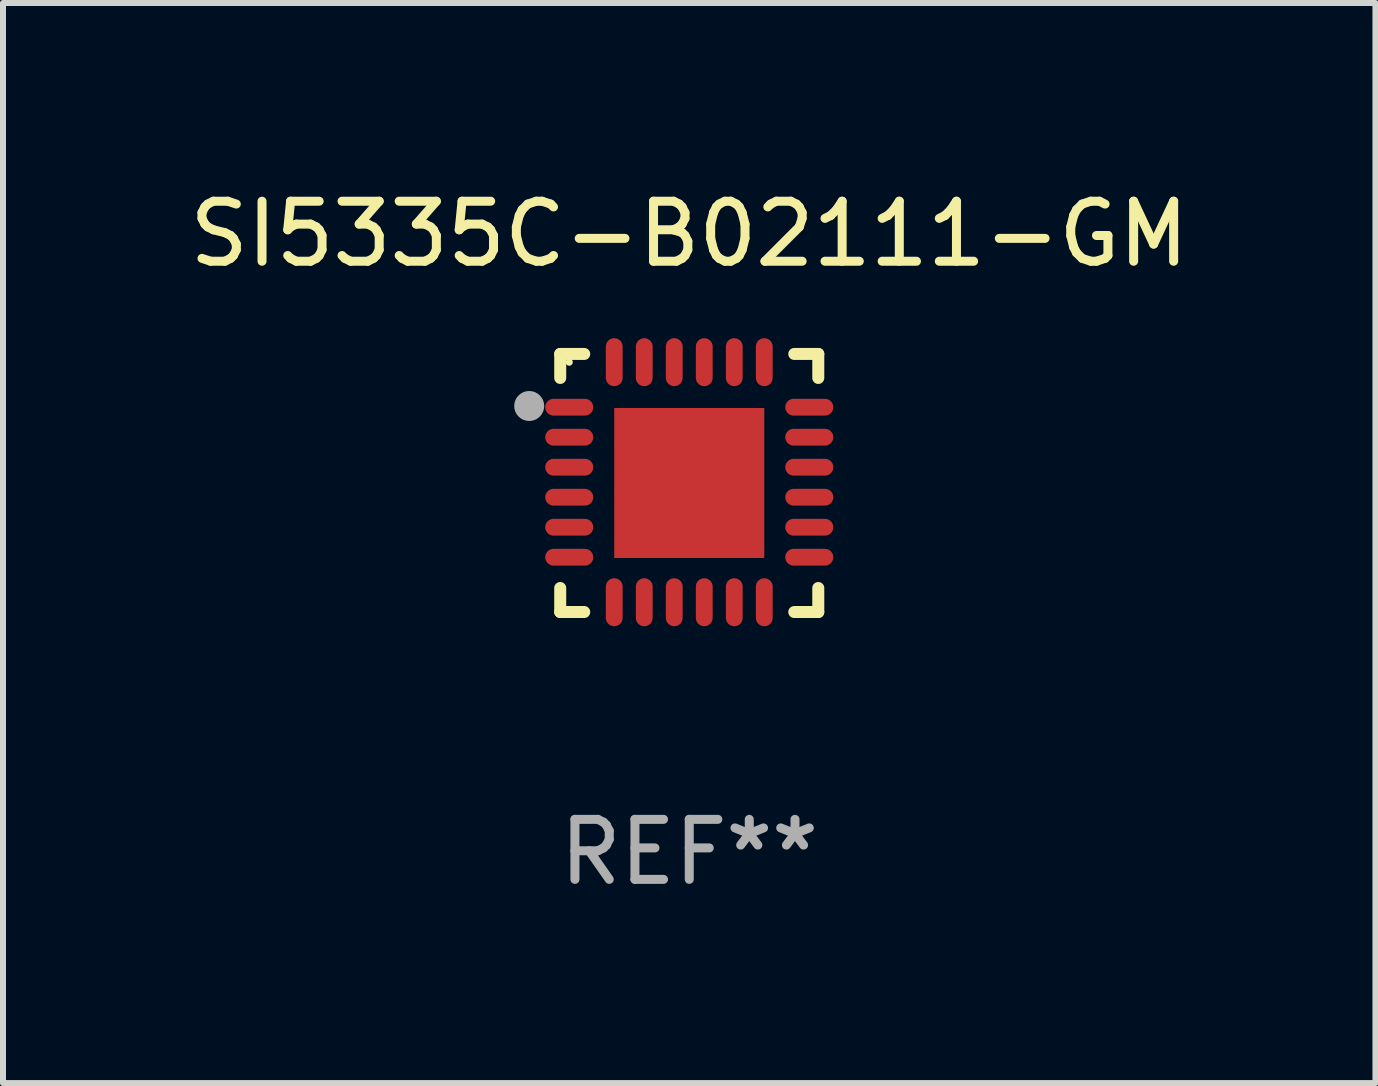
<source format=kicad_pcb>
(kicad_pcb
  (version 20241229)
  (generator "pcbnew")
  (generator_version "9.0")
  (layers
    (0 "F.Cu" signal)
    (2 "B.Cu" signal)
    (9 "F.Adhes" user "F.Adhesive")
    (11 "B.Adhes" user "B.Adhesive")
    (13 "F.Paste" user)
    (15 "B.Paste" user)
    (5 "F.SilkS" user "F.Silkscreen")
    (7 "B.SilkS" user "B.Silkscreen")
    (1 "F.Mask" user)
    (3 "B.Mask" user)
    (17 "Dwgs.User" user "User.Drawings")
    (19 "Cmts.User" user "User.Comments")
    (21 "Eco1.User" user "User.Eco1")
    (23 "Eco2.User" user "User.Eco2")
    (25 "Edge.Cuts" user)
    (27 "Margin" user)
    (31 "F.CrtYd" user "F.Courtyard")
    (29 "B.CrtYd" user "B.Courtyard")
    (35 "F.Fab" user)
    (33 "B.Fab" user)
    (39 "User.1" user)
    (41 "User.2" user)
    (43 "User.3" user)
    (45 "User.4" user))
  (footprint "SI5335C-B02111-GM"
    (layer "F.Cu")
    (at 8.435 4.998)
    (property "Reference" "SI5335C-B02111-GM" (at 0 -4.15 0) (layer "F.SilkS") (effects (font (size 1 1) (thickness 0.15))))
    (attr through_hole)
    (fp_line (start -2.15 -2.15) (end -1.75 -2.15) (stroke (width 0.2) (type solid)) (layer "F.SilkS"))
    (fp_line (start -2.15 -1.75) (end -2.15 -2.15) (stroke (width 0.2) (type solid)) (layer "F.SilkS"))
    (fp_line (start -2.15 2.15) (end -2.15 1.75) (stroke (width 0.2) (type solid)) (layer "F.SilkS"))
    (fp_line (start -1.75 2.15) (end -2.15 2.15) (stroke (width 0.2) (type solid)) (layer "F.SilkS"))
    (fp_line (start 1.75 -2.15) (end 2.15 -2.15) (stroke (width 0.2) (type solid)) (layer "F.SilkS"))
    (fp_line (start 1.75 2.15) (end 2.15 2.15) (stroke (width 0.2) (type solid)) (layer "F.SilkS"))
    (fp_line (start 2.15 -2.15) (end 2.15 -1.75) (stroke (width 0.2) (type solid)) (layer "F.SilkS"))
    (fp_line (start 2.15 2.15) (end 2.15 1.75) (stroke (width 0.2) (type solid)) (layer "F.SilkS"))
    (fp_circle (center -2 -2.013) (end -1.97 -2.013) (stroke (width 0.06) (type solid)) (fill no) (layer "F.SilkS"))
    (fp_circle (center -2.667 -1.283) (end -2.542 -1.283) (stroke (width 0.25) (type solid)) (fill no) (layer "F.Fab"))
    (fp_text user "REF**" (at 0 6.15 0) (layer "F.Fab") (effects (font (size 1 1) (thickness 0.15))))
    (pad "1" smd oval (at -2 -1.263) (size 0.8 0.28) (layers "F.Cu" "F.Mask" "F.Paste"))
    (pad "2" smd oval (at -2 -0.763) (size 0.8 0.28) (layers "F.Cu" "F.Mask" "F.Paste"))
    (pad "3" smd oval (at -2 -0.263) (size 0.8 0.28) (layers "F.Cu" "F.Mask" "F.Paste"))
    (pad "4" smd oval (at -2 0.237) (size 0.8 0.28) (layers "F.Cu" "F.Mask" "F.Paste"))
    (pad "5" smd oval (at -2 0.737) (size 0.8 0.28) (layers "F.Cu" "F.Mask" "F.Paste"))
    (pad "6" smd oval (at -2 1.237) (size 0.8 0.28) (layers "F.Cu" "F.Mask" "F.Paste"))
    (pad "7" smd oval (at -1.25 1.987) (size 0.28 0.8) (layers "F.Cu" "F.Mask" "F.Paste"))
    (pad "8" smd oval (at -0.75 1.987) (size 0.28 0.8) (layers "F.Cu" "F.Mask" "F.Paste"))
    (pad "9" smd oval (at -0.25 1.987) (size 0.28 0.8) (layers "F.Cu" "F.Mask" "F.Paste"))
    (pad "10" smd oval (at 0.25 1.987) (size 0.28 0.8) (layers "F.Cu" "F.Mask" "F.Paste"))
    (pad "11" smd oval (at 0.75 1.987) (size 0.28 0.8) (layers "F.Cu" "F.Mask" "F.Paste"))
    (pad "12" smd oval (at 1.25 1.987) (size 0.28 0.8) (layers "F.Cu" "F.Mask" "F.Paste"))
    (pad "13" smd oval (at 2 1.237) (size 0.8 0.28) (layers "F.Cu" "F.Mask" "F.Paste"))
    (pad "14" smd oval (at 2 0.737) (size 0.8 0.28) (layers "F.Cu" "F.Mask" "F.Paste"))
    (pad "15" smd oval (at 2 0.237) (size 0.8 0.28) (layers "F.Cu" "F.Mask" "F.Paste"))
    (pad "16" smd oval (at 2 -0.263) (size 0.8 0.28) (layers "F.Cu" "F.Mask" "F.Paste"))
    (pad "17" smd oval (at 2 -0.763) (size 0.8 0.28) (layers "F.Cu" "F.Mask" "F.Paste"))
    (pad "18" smd oval (at 2 -1.263) (size 0.8 0.28) (layers "F.Cu" "F.Mask" "F.Paste"))
    (pad "19" smd oval (at 1.25 -2.013) (size 0.28 0.8) (layers "F.Cu" "F.Mask" "F.Paste"))
    (pad "20" smd oval (at 0.75 -2.013) (size 0.28 0.8) (layers "F.Cu" "F.Mask" "F.Paste"))
    (pad "21" smd oval (at 0.25 -2.013) (size 0.28 0.8) (layers "F.Cu" "F.Mask" "F.Paste"))
    (pad "22" smd oval (at -0.25 -2.013) (size 0.28 0.8) (layers "F.Cu" "F.Mask" "F.Paste"))
    (pad "23" smd oval (at -0.75 -2.013) (size 0.28 0.8) (layers "F.Cu" "F.Mask" "F.Paste"))
    (pad "24" smd oval (at -1.25 -2.013) (size 0.28 0.8) (layers "F.Cu" "F.Mask" "F.Paste"))
    (pad "25" smd rect (at -0.000127 -0.00014) (size 2.5 2.5) (layers "F.Cu" "F.Mask" "F.Paste")))
  (gr_rect
    (start -3 -3)
    (end 19.869 14.997)
    (stroke (width 0.1) (type default))
    (fill no)
    (layer "Edge.Cuts")))
</source>
